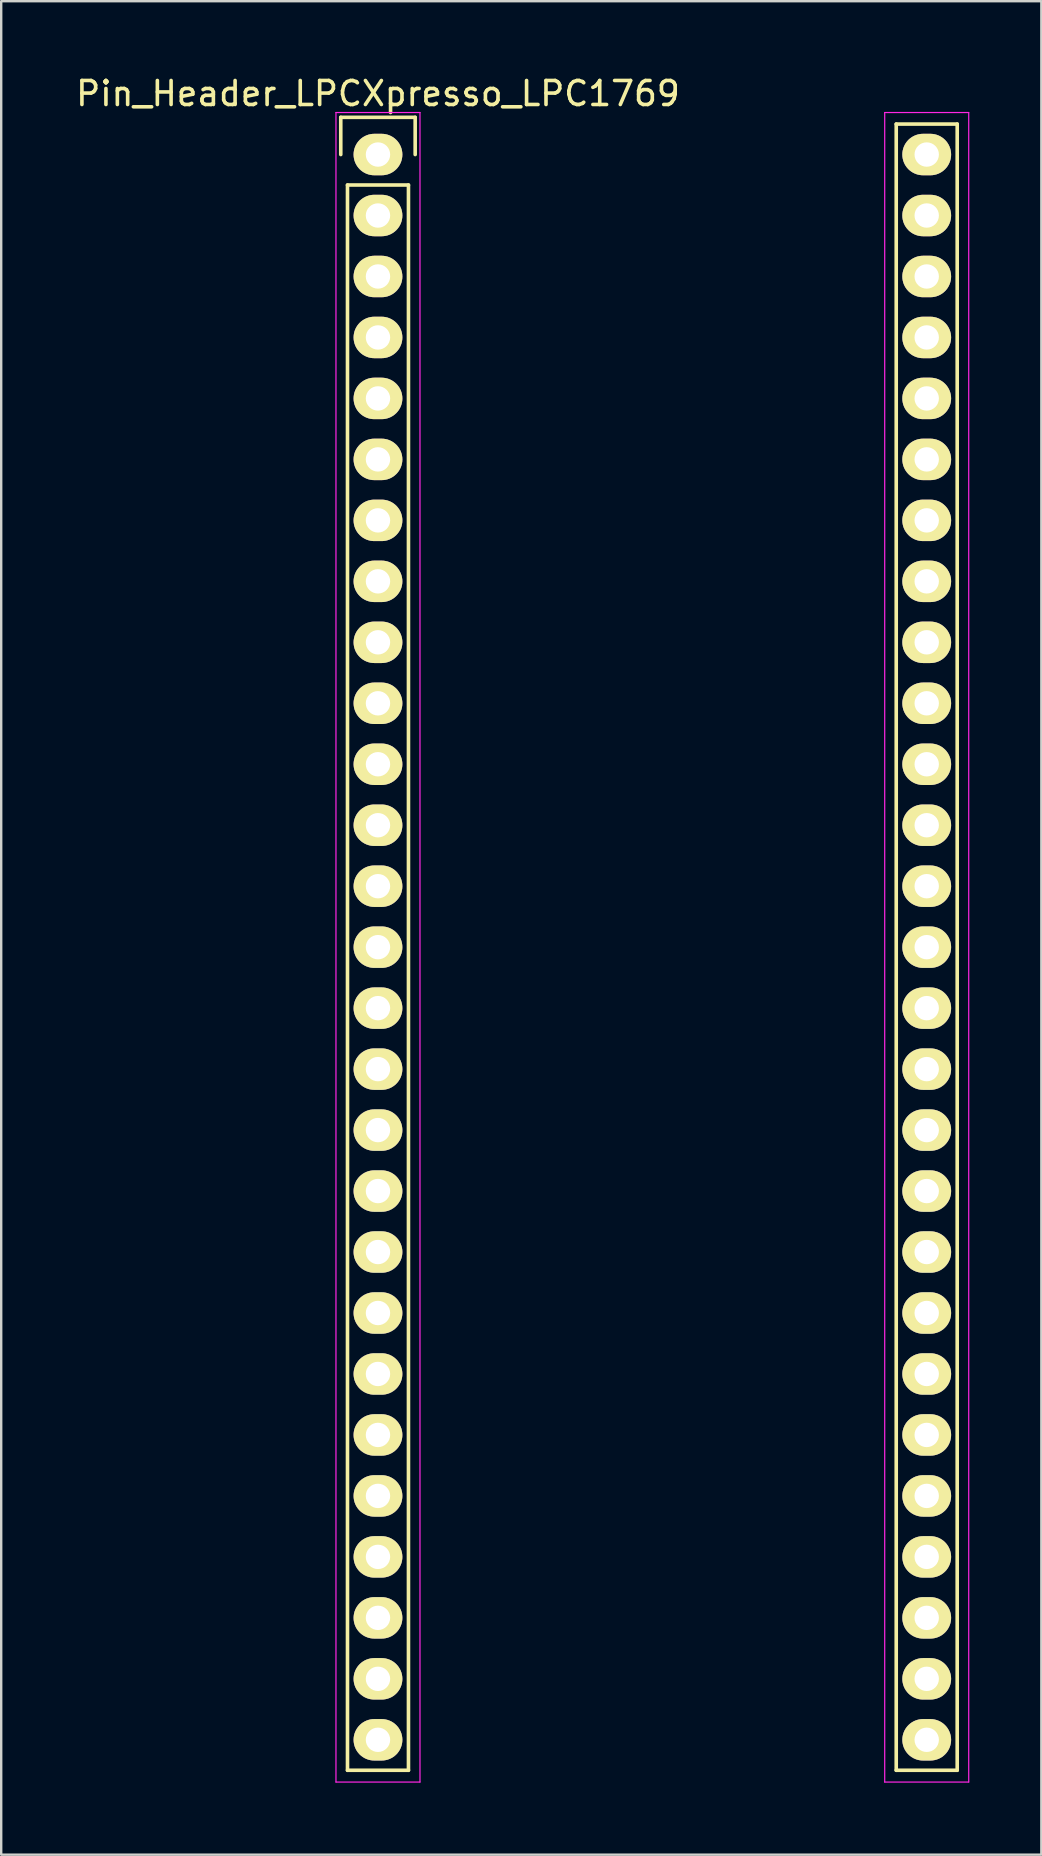
<source format=kicad_pcb>
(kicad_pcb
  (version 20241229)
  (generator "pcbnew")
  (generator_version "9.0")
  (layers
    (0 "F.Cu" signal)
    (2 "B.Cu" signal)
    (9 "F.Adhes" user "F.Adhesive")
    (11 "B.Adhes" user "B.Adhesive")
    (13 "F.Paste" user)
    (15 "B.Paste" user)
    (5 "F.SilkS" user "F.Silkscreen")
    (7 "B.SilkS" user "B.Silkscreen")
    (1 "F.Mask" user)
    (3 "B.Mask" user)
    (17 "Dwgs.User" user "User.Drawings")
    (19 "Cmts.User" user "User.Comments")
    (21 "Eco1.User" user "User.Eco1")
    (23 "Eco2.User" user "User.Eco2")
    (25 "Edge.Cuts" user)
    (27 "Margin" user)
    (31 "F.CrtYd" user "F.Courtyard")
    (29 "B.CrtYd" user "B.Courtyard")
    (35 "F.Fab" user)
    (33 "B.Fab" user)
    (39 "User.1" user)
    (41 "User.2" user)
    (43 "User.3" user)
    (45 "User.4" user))
  (footprint "Pin_Header_LPCXpresso_LPC1769"
    (placed yes)
    (layer "F.Cu")
    (at 12.696 3.388)
    (property "Reference" "Pin_Header_LPCXpresso_LPC1769" (at 0 -2.54 0) (layer "F.SilkS") (effects (font (size 1 1) (thickness 0.15))))
    (attr through_hole)
    (fp_line (start -1.55 -1.55) (end 1.55 -1.55) (stroke (width 0.15) (type solid)) (layer "F.SilkS"))
    (fp_line (start -1.55 0) (end -1.55 -1.55) (stroke (width 0.15) (type solid)) (layer "F.SilkS"))
    (fp_line (start -1.27 1.27) (end -1.27 67.31) (stroke (width 0.15) (type solid)) (layer "F.SilkS"))
    (fp_line (start -1.27 67.31) (end 1.27 67.31) (stroke (width 0.15) (type solid)) (layer "F.SilkS"))
    (fp_line (start 1.27 1.27) (end -1.27 1.27) (stroke (width 0.15) (type solid)) (layer "F.SilkS"))
    (fp_line (start 1.27 67.31) (end 1.27 1.27) (stroke (width 0.15) (type solid)) (layer "F.SilkS"))
    (fp_line (start 1.55 -1.55) (end 1.55 0) (stroke (width 0.15) (type solid)) (layer "F.SilkS"))
    (fp_line (start 21.59 -1.27) (end 21.59 67.31) (stroke (width 0.15) (type solid)) (layer "F.SilkS"))
    (fp_line (start 21.59 67.31) (end 24.13 67.31) (stroke (width 0.15) (type solid)) (layer "F.SilkS"))
    (fp_line (start 24.13 -1.27) (end 21.59 -1.27) (stroke (width 0.15) (type solid)) (layer "F.SilkS"))
    (fp_line (start 24.13 67.31) (end 24.13 -1.27) (stroke (width 0.15) (type solid)) (layer "F.SilkS"))
    (fp_line (start -1.75 -1.75) (end -1.75 67.8) (stroke (width 0.05) (type solid)) (layer "F.CrtYd"))
    (fp_line (start -1.75 -1.75) (end 1.75 -1.75) (stroke (width 0.05) (type solid)) (layer "F.CrtYd"))
    (fp_line (start -1.75 67.8) (end 1.75 67.8) (stroke (width 0.05) (type solid)) (layer "F.CrtYd"))
    (fp_line (start 1.75 -1.75) (end 1.75 67.8) (stroke (width 0.05) (type solid)) (layer "F.CrtYd"))
    (fp_line (start 21.11 -1.75) (end 21.11 67.8) (stroke (width 0.05) (type solid)) (layer "F.CrtYd"))
    (fp_line (start 21.11 -1.75) (end 24.61 -1.75) (stroke (width 0.05) (type solid)) (layer "F.CrtYd"))
    (fp_line (start 21.11 67.8) (end 24.61 67.8) (stroke (width 0.05) (type solid)) (layer "F.CrtYd"))
    (fp_line (start 24.61 -1.75) (end 24.61 67.8) (stroke (width 0.05) (type solid)) (layer "F.CrtYd"))
    (pad "1" thru_hole oval (at 0 0) (size 2.032 1.727) (drill 1.016) (layers "*.Mask" "B.Cu" "F.SilkS"))
    (pad "2" thru_hole oval (at 0 2.54) (size 2.032 1.727) (drill 1.016) (layers "*.Mask" "B.Cu" "F.SilkS"))
    (pad "3" thru_hole oval (at 0 5.08) (size 2.032 1.727) (drill 1.016) (layers "*.Mask" "B.Cu" "F.SilkS"))
    (pad "4" thru_hole oval (at 0 7.62) (size 2.032 1.727) (drill 1.016) (layers "*.Mask" "B.Cu" "F.SilkS"))
    (pad "5" thru_hole oval (at 0 10.16) (size 2.032 1.727) (drill 1.016) (layers "*.Mask" "B.Cu" "F.SilkS"))
    (pad "6" thru_hole oval (at 0 12.7) (size 2.032 1.727) (drill 1.016) (layers "*.Mask" "B.Cu" "F.SilkS"))
    (pad "7" thru_hole oval (at 0 15.24) (size 2.032 1.727) (drill 1.016) (layers "*.Mask" "B.Cu" "F.SilkS"))
    (pad "8" thru_hole oval (at 0 17.78) (size 2.032 1.727) (drill 1.016) (layers "*.Mask" "B.Cu" "F.SilkS"))
    (pad "9" thru_hole oval (at 0 20.32) (size 2.032 1.727) (drill 1.016) (layers "*.Mask" "B.Cu" "F.SilkS"))
    (pad "10" thru_hole oval (at 0 22.86) (size 2.032 1.727) (drill 1.016) (layers "*.Mask" "B.Cu" "F.SilkS"))
    (pad "11" thru_hole oval (at 0 25.4) (size 2.032 1.727) (drill 1.016) (layers "*.Mask" "B.Cu" "F.SilkS"))
    (pad "12" thru_hole oval (at 0 27.94) (size 2.032 1.727) (drill 1.016) (layers "*.Mask" "B.Cu" "F.SilkS"))
    (pad "13" thru_hole oval (at 0 30.48) (size 2.032 1.727) (drill 1.016) (layers "*.Mask" "B.Cu" "F.SilkS"))
    (pad "14" thru_hole oval (at 0 33.02) (size 2.032 1.727) (drill 1.016) (layers "*.Mask" "B.Cu" "F.SilkS"))
    (pad "15" thru_hole oval (at 0 35.56) (size 2.032 1.727) (drill 1.016) (layers "*.Mask" "B.Cu" "F.SilkS"))
    (pad "16" thru_hole oval (at 0 38.1) (size 2.032 1.727) (drill 1.016) (layers "*.Mask" "B.Cu" "F.SilkS"))
    (pad "17" thru_hole oval (at 0 40.64) (size 2.032 1.727) (drill 1.016) (layers "*.Mask" "B.Cu" "F.SilkS"))
    (pad "18" thru_hole oval (at 0 43.18) (size 2.032 1.727) (drill 1.016) (layers "*.Mask" "B.Cu" "F.SilkS"))
    (pad "19" thru_hole oval (at 0 45.72) (size 2.032 1.727) (drill 1.016) (layers "*.Mask" "B.Cu" "F.SilkS"))
    (pad "20" thru_hole oval (at 0 48.26) (size 2.032 1.727) (drill 1.016) (layers "*.Mask" "B.Cu" "F.SilkS"))
    (pad "21" thru_hole oval (at 0 50.8) (size 2.032 1.727) (drill 1.016) (layers "*.Mask" "B.Cu" "F.SilkS"))
    (pad "22" thru_hole oval (at 0 53.34) (size 2.032 1.727) (drill 1.016) (layers "*.Mask" "B.Cu" "F.SilkS"))
    (pad "23" thru_hole oval (at 0 55.88) (size 2.032 1.727) (drill 1.016) (layers "*.Mask" "B.Cu" "F.SilkS"))
    (pad "24" thru_hole oval (at 0 58.42) (size 2.032 1.727) (drill 1.016) (layers "*.Mask" "B.Cu" "F.SilkS"))
    (pad "25" thru_hole oval (at 0 60.96) (size 2.032 1.727) (drill 1.016) (layers "*.Mask" "B.Cu" "F.SilkS"))
    (pad "26" thru_hole oval (at 0 63.5) (size 2.032 1.727) (drill 1.016) (layers "*.Mask" "B.Cu" "F.SilkS"))
    (pad "27" thru_hole oval (at 0 66.04) (size 2.032 1.727) (drill 1.016) (layers "*.Mask" "B.Cu" "F.SilkS"))
    (pad "28" thru_hole oval (at 22.86 0) (size 2.032 1.727) (drill 1.016) (layers "*.Mask" "B.Cu" "F.SilkS"))
    (pad "29" thru_hole oval (at 22.86 2.54) (size 2.032 1.727) (drill 1.016) (layers "*.Mask" "B.Cu" "F.SilkS"))
    (pad "30" thru_hole oval (at 22.86 5.08) (size 2.032 1.727) (drill 1.016) (layers "*.Mask" "B.Cu" "F.SilkS"))
    (pad "31" thru_hole oval (at 22.86 7.62) (size 2.032 1.727) (drill 1.016) (layers "*.Mask" "B.Cu" "F.SilkS"))
    (pad "32" thru_hole oval (at 22.86 10.16) (size 2.032 1.727) (drill 1.016) (layers "*.Mask" "B.Cu" "F.SilkS"))
    (pad "33" thru_hole oval (at 22.86 12.7) (size 2.032 1.727) (drill 1.016) (layers "*.Mask" "B.Cu" "F.SilkS"))
    (pad "34" thru_hole oval (at 22.86 15.24) (size 2.032 1.727) (drill 1.016) (layers "*.Mask" "B.Cu" "F.SilkS"))
    (pad "35" thru_hole oval (at 22.86 17.78) (size 2.032 1.727) (drill 1.016) (layers "*.Mask" "B.Cu" "F.SilkS"))
    (pad "36" thru_hole oval (at 22.86 20.32) (size 2.032 1.727) (drill 1.016) (layers "*.Mask" "B.Cu" "F.SilkS"))
    (pad "37" thru_hole oval (at 22.86 22.86) (size 2.032 1.727) (drill 1.016) (layers "*.Mask" "B.Cu" "F.SilkS"))
    (pad "38" thru_hole oval (at 22.86 25.4) (size 2.032 1.727) (drill 1.016) (layers "*.Mask" "B.Cu" "F.SilkS"))
    (pad "39" thru_hole oval (at 22.86 27.94) (size 2.032 1.727) (drill 1.016) (layers "*.Mask" "B.Cu" "F.SilkS"))
    (pad "40" thru_hole oval (at 22.86 30.48) (size 2.032 1.727) (drill 1.016) (layers "*.Mask" "B.Cu" "F.SilkS"))
    (pad "41" thru_hole oval (at 22.86 33.02) (size 2.032 1.727) (drill 1.016) (layers "*.Mask" "B.Cu" "F.SilkS"))
    (pad "42" thru_hole oval (at 22.86 35.56) (size 2.032 1.727) (drill 1.016) (layers "*.Mask" "B.Cu" "F.SilkS"))
    (pad "43" thru_hole oval (at 22.86 38.1) (size 2.032 1.727) (drill 1.016) (layers "*.Mask" "B.Cu" "F.SilkS"))
    (pad "44" thru_hole oval (at 22.86 40.64) (size 2.032 1.727) (drill 1.016) (layers "*.Mask" "B.Cu" "F.SilkS"))
    (pad "45" thru_hole oval (at 22.86 43.18) (size 2.032 1.727) (drill 1.016) (layers "*.Mask" "B.Cu" "F.SilkS"))
    (pad "46" thru_hole oval (at 22.86 45.72) (size 2.032 1.727) (drill 1.016) (layers "*.Mask" "B.Cu" "F.SilkS"))
    (pad "47" thru_hole oval (at 22.86 48.26) (size 2.032 1.727) (drill 1.016) (layers "*.Mask" "B.Cu" "F.SilkS"))
    (pad "48" thru_hole oval (at 22.86 50.8) (size 2.032 1.727) (drill 1.016) (layers "*.Mask" "B.Cu" "F.SilkS"))
    (pad "49" thru_hole oval (at 22.86 53.34) (size 2.032 1.727) (drill 1.016) (layers "*.Mask" "B.Cu" "F.SilkS"))
    (pad "50" thru_hole oval (at 22.86 55.88) (size 2.032 1.727) (drill 1.016) (layers "*.Mask" "B.Cu" "F.SilkS"))
    (pad "51" thru_hole oval (at 22.86 58.42) (size 2.032 1.727) (drill 1.016) (layers "*.Mask" "B.Cu" "F.SilkS"))
    (pad "52" thru_hole oval (at 22.86 60.96) (size 2.032 1.727) (drill 1.016) (layers "*.Mask" "B.Cu" "F.SilkS"))
    (pad "53" thru_hole oval (at 22.86 63.5) (size 2.032 1.727) (drill 1.016) (layers "*.Mask" "B.Cu" "F.SilkS"))
    (pad "54" thru_hole oval (at 22.86 66.04) (size 2.032 1.727) (drill 1.016) (layers "*.Mask" "B.Cu" "F.SilkS")))
  (gr_rect
    (start -3 -3)
    (end 40.331 74.213)
    (stroke (width 0.1) (type default))
    (fill no)
    (layer "Edge.Cuts")))
</source>
